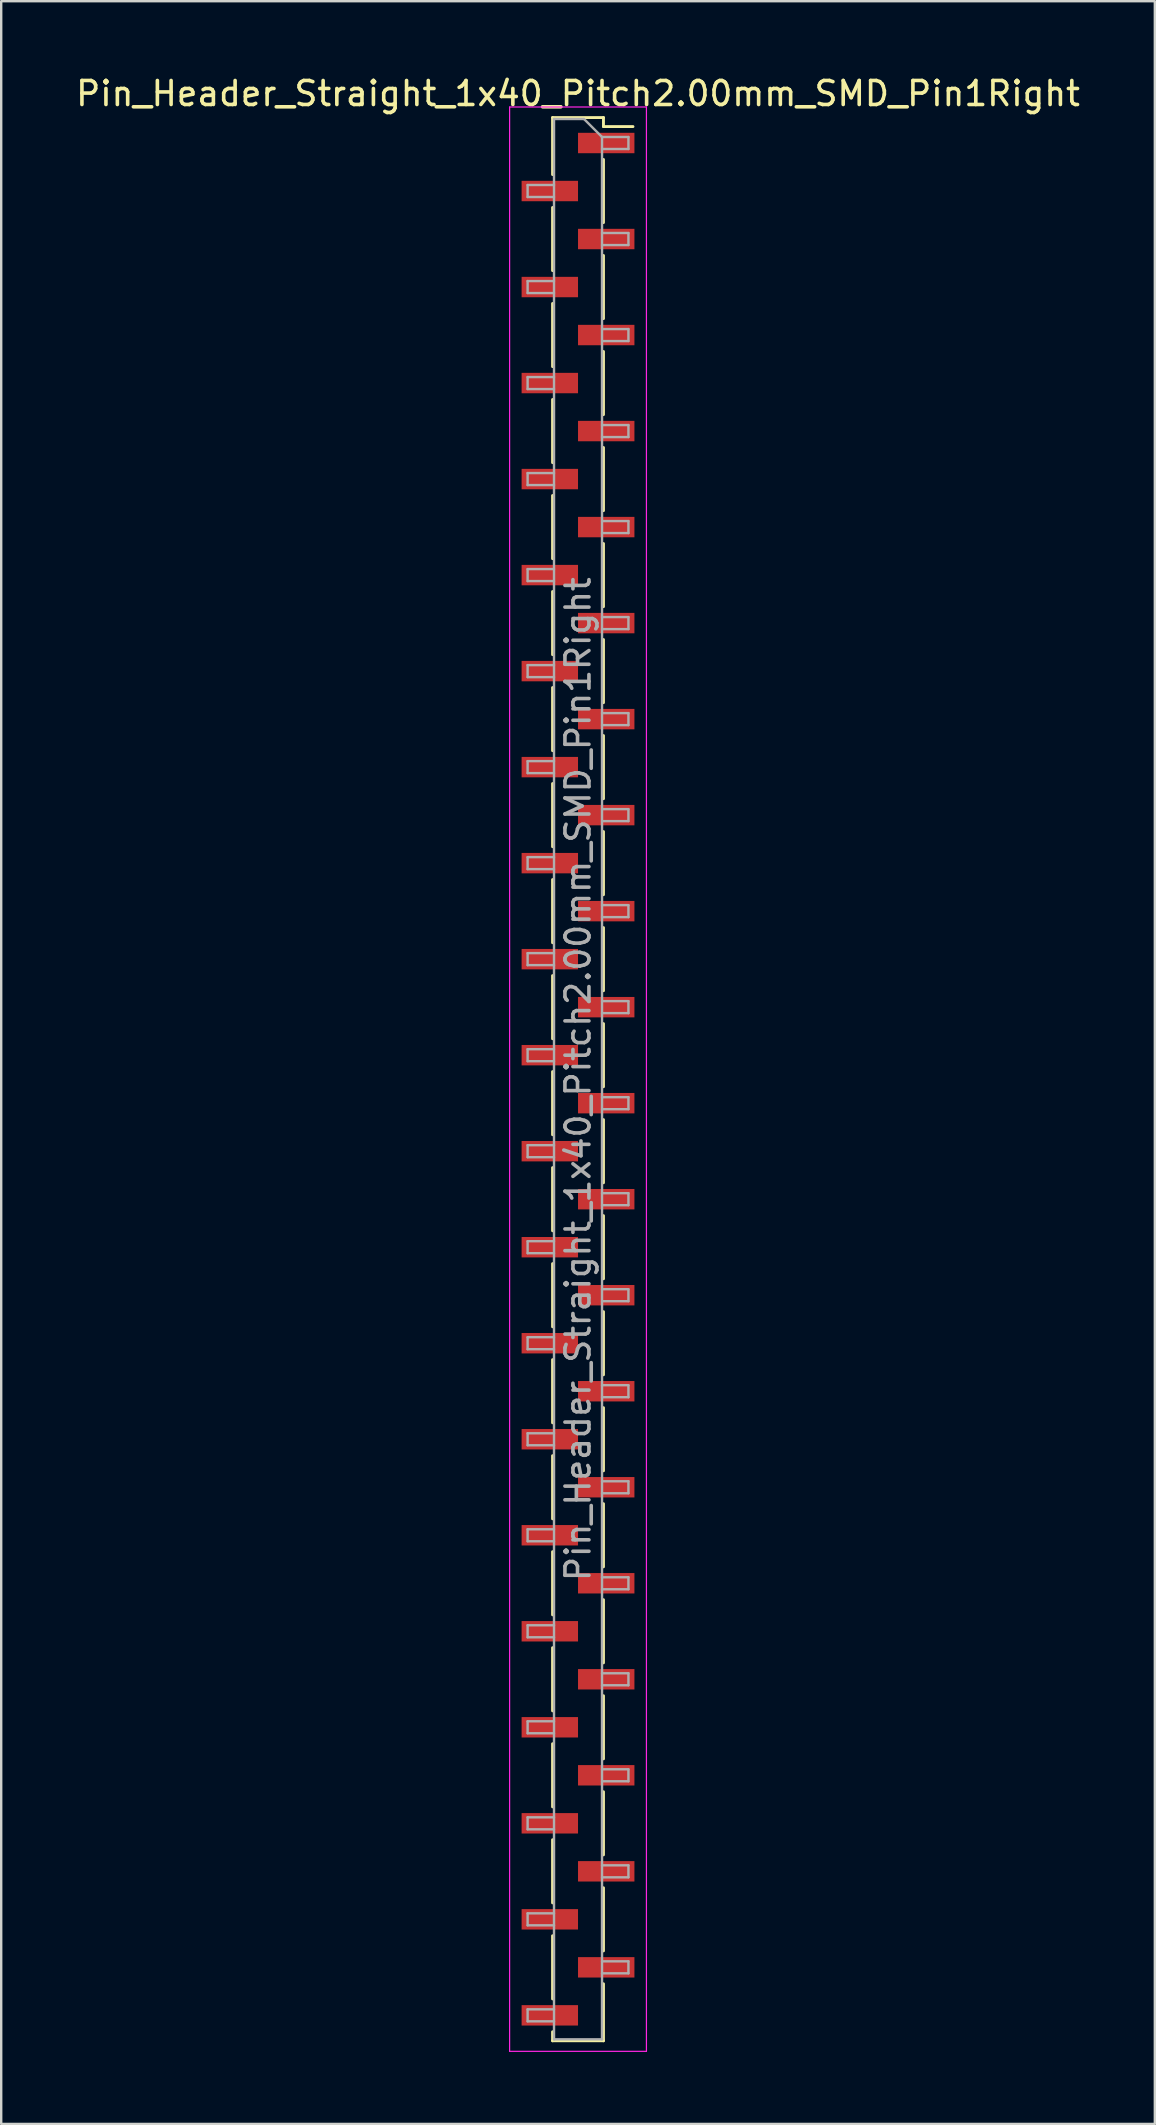
<source format=kicad_pcb>
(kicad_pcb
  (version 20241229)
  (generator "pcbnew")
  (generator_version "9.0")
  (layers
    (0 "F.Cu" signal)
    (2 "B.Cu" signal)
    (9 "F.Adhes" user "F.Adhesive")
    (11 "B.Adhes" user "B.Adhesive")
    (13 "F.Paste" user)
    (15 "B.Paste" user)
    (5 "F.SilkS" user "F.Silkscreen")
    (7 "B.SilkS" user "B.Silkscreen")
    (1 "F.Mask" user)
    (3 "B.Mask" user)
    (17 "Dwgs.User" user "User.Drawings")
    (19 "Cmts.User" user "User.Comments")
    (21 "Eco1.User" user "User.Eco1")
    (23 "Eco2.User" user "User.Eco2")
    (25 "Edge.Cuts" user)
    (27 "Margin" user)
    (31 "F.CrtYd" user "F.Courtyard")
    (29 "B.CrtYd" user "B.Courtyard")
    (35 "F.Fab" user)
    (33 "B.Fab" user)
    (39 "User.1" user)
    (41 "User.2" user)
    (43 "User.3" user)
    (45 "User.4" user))
  (footprint "Pin_Header_Straight_1x40_Pitch2.00mm_SMD_Pin1Right"
    (layer "F.Cu")
    (at 21.03 41.908)
    (property "Reference" "Pin_Header_Straight_1x40_Pitch2.00mm_SMD_Pin1Right" (at 0 -41.06 0) (layer "F.SilkS") (effects (font (size 1 1) (thickness 0.15))))
    (attr smd)
    (fp_line (start -1.06 -40.06) (end -1.06 -37.685) (stroke (width 0.12) (type solid)) (layer "F.SilkS"))
    (fp_line (start -1.06 -40.06) (end 1.06 -40.06) (stroke (width 0.12) (type solid)) (layer "F.SilkS"))
    (fp_line (start -1.06 -36.315) (end -1.06 -33.685) (stroke (width 0.12) (type solid)) (layer "F.SilkS"))
    (fp_line (start -1.06 -32.315) (end -1.06 -29.685) (stroke (width 0.12) (type solid)) (layer "F.SilkS"))
    (fp_line (start -1.06 -28.315) (end -1.06 -25.685) (stroke (width 0.12) (type solid)) (layer "F.SilkS"))
    (fp_line (start -1.06 -24.315) (end -1.06 -21.685) (stroke (width 0.12) (type solid)) (layer "F.SilkS"))
    (fp_line (start -1.06 -20.315) (end -1.06 -17.685) (stroke (width 0.12) (type solid)) (layer "F.SilkS"))
    (fp_line (start -1.06 -16.315) (end -1.06 -13.685) (stroke (width 0.12) (type solid)) (layer "F.SilkS"))
    (fp_line (start -1.06 -12.315) (end -1.06 -9.685) (stroke (width 0.12) (type solid)) (layer "F.SilkS"))
    (fp_line (start -1.06 -8.315) (end -1.06 -5.685) (stroke (width 0.12) (type solid)) (layer "F.SilkS"))
    (fp_line (start -1.06 -4.315) (end -1.06 -1.685) (stroke (width 0.12) (type solid)) (layer "F.SilkS"))
    (fp_line (start -1.06 -0.315) (end -1.06 2.315) (stroke (width 0.12) (type solid)) (layer "F.SilkS"))
    (fp_line (start -1.06 3.685) (end -1.06 6.315) (stroke (width 0.12) (type solid)) (layer "F.SilkS"))
    (fp_line (start -1.06 7.685) (end -1.06 10.315) (stroke (width 0.12) (type solid)) (layer "F.SilkS"))
    (fp_line (start -1.06 11.685) (end -1.06 14.315) (stroke (width 0.12) (type solid)) (layer "F.SilkS"))
    (fp_line (start -1.06 15.685) (end -1.06 18.315) (stroke (width 0.12) (type solid)) (layer "F.SilkS"))
    (fp_line (start -1.06 19.685) (end -1.06 22.315) (stroke (width 0.12) (type solid)) (layer "F.SilkS"))
    (fp_line (start -1.06 23.685) (end -1.06 26.315) (stroke (width 0.12) (type solid)) (layer "F.SilkS"))
    (fp_line (start -1.06 27.685) (end -1.06 30.315) (stroke (width 0.12) (type solid)) (layer "F.SilkS"))
    (fp_line (start -1.06 31.685) (end -1.06 34.315) (stroke (width 0.12) (type solid)) (layer "F.SilkS"))
    (fp_line (start -1.06 35.685) (end -1.06 38.315) (stroke (width 0.12) (type solid)) (layer "F.SilkS"))
    (fp_line (start -1.06 39.685) (end -1.06 40.06) (stroke (width 0.12) (type solid)) (layer "F.SilkS"))
    (fp_line (start -1.06 40.06) (end 1.06 40.06) (stroke (width 0.12) (type solid)) (layer "F.SilkS"))
    (fp_line (start 1.06 -40.06) (end 1.06 -39.685) (stroke (width 0.12) (type solid)) (layer "F.SilkS"))
    (fp_line (start 1.06 -39.685) (end 2.29 -39.685) (stroke (width 0.12) (type solid)) (layer "F.SilkS"))
    (fp_line (start 1.06 -38.315) (end 1.06 -35.685) (stroke (width 0.12) (type solid)) (layer "F.SilkS"))
    (fp_line (start 1.06 -34.315) (end 1.06 -31.685) (stroke (width 0.12) (type solid)) (layer "F.SilkS"))
    (fp_line (start 1.06 -30.315) (end 1.06 -27.685) (stroke (width 0.12) (type solid)) (layer "F.SilkS"))
    (fp_line (start 1.06 -26.315) (end 1.06 -23.685) (stroke (width 0.12) (type solid)) (layer "F.SilkS"))
    (fp_line (start 1.06 -22.315) (end 1.06 -19.685) (stroke (width 0.12) (type solid)) (layer "F.SilkS"))
    (fp_line (start 1.06 -18.315) (end 1.06 -15.685) (stroke (width 0.12) (type solid)) (layer "F.SilkS"))
    (fp_line (start 1.06 -14.315) (end 1.06 -11.685) (stroke (width 0.12) (type solid)) (layer "F.SilkS"))
    (fp_line (start 1.06 -10.315) (end 1.06 -7.685) (stroke (width 0.12) (type solid)) (layer "F.SilkS"))
    (fp_line (start 1.06 -6.315) (end 1.06 -3.685) (stroke (width 0.12) (type solid)) (layer "F.SilkS"))
    (fp_line (start 1.06 -2.315) (end 1.06 0.315) (stroke (width 0.12) (type solid)) (layer "F.SilkS"))
    (fp_line (start 1.06 1.685) (end 1.06 4.315) (stroke (width 0.12) (type solid)) (layer "F.SilkS"))
    (fp_line (start 1.06 5.685) (end 1.06 8.315) (stroke (width 0.12) (type solid)) (layer "F.SilkS"))
    (fp_line (start 1.06 9.685) (end 1.06 12.315) (stroke (width 0.12) (type solid)) (layer "F.SilkS"))
    (fp_line (start 1.06 13.685) (end 1.06 16.315) (stroke (width 0.12) (type solid)) (layer "F.SilkS"))
    (fp_line (start 1.06 17.685) (end 1.06 20.315) (stroke (width 0.12) (type solid)) (layer "F.SilkS"))
    (fp_line (start 1.06 21.685) (end 1.06 24.315) (stroke (width 0.12) (type solid)) (layer "F.SilkS"))
    (fp_line (start 1.06 25.685) (end 1.06 28.315) (stroke (width 0.12) (type solid)) (layer "F.SilkS"))
    (fp_line (start 1.06 29.685) (end 1.06 32.315) (stroke (width 0.12) (type solid)) (layer "F.SilkS"))
    (fp_line (start 1.06 33.685) (end 1.06 36.315) (stroke (width 0.12) (type solid)) (layer "F.SilkS"))
    (fp_line (start 1.06 37.685) (end 1.06 40.06) (stroke (width 0.12) (type solid)) (layer "F.SilkS"))
    (fp_line (start -2.85 -40.5) (end -2.85 40.5) (stroke (width 0.05) (type solid)) (layer "F.CrtYd"))
    (fp_line (start -2.85 40.5) (end 2.85 40.5) (stroke (width 0.05) (type solid)) (layer "F.CrtYd"))
    (fp_line (start 2.85 -40.5) (end -2.85 -40.5) (stroke (width 0.05) (type solid)) (layer "F.CrtYd"))
    (fp_line (start 2.85 40.5) (end 2.85 -40.5) (stroke (width 0.05) (type solid)) (layer "F.CrtYd"))
    (fp_line (start -2.1 -37.25) (end -2.1 -36.75) (stroke (width 0.1) (type solid)) (layer "F.Fab"))
    (fp_line (start -2.1 -36.75) (end -1 -36.75) (stroke (width 0.1) (type solid)) (layer "F.Fab"))
    (fp_line (start -2.1 -33.25) (end -2.1 -32.75) (stroke (width 0.1) (type solid)) (layer "F.Fab"))
    (fp_line (start -2.1 -32.75) (end -1 -32.75) (stroke (width 0.1) (type solid)) (layer "F.Fab"))
    (fp_line (start -2.1 -29.25) (end -2.1 -28.75) (stroke (width 0.1) (type solid)) (layer "F.Fab"))
    (fp_line (start -2.1 -28.75) (end -1 -28.75) (stroke (width 0.1) (type solid)) (layer "F.Fab"))
    (fp_line (start -2.1 -25.25) (end -2.1 -24.75) (stroke (width 0.1) (type solid)) (layer "F.Fab"))
    (fp_line (start -2.1 -24.75) (end -1 -24.75) (stroke (width 0.1) (type solid)) (layer "F.Fab"))
    (fp_line (start -2.1 -21.25) (end -2.1 -20.75) (stroke (width 0.1) (type solid)) (layer "F.Fab"))
    (fp_line (start -2.1 -20.75) (end -1 -20.75) (stroke (width 0.1) (type solid)) (layer "F.Fab"))
    (fp_line (start -2.1 -17.25) (end -2.1 -16.75) (stroke (width 0.1) (type solid)) (layer "F.Fab"))
    (fp_line (start -2.1 -16.75) (end -1 -16.75) (stroke (width 0.1) (type solid)) (layer "F.Fab"))
    (fp_line (start -2.1 -13.25) (end -2.1 -12.75) (stroke (width 0.1) (type solid)) (layer "F.Fab"))
    (fp_line (start -2.1 -12.75) (end -1 -12.75) (stroke (width 0.1) (type solid)) (layer "F.Fab"))
    (fp_line (start -2.1 -9.25) (end -2.1 -8.75) (stroke (width 0.1) (type solid)) (layer "F.Fab"))
    (fp_line (start -2.1 -8.75) (end -1 -8.75) (stroke (width 0.1) (type solid)) (layer "F.Fab"))
    (fp_line (start -2.1 -5.25) (end -2.1 -4.75) (stroke (width 0.1) (type solid)) (layer "F.Fab"))
    (fp_line (start -2.1 -4.75) (end -1 -4.75) (stroke (width 0.1) (type solid)) (layer "F.Fab"))
    (fp_line (start -2.1 -1.25) (end -2.1 -0.75) (stroke (width 0.1) (type solid)) (layer "F.Fab"))
    (fp_line (start -2.1 -0.75) (end -1 -0.75) (stroke (width 0.1) (type solid)) (layer "F.Fab"))
    (fp_line (start -2.1 2.75) (end -2.1 3.25) (stroke (width 0.1) (type solid)) (layer "F.Fab"))
    (fp_line (start -2.1 3.25) (end -1 3.25) (stroke (width 0.1) (type solid)) (layer "F.Fab"))
    (fp_line (start -2.1 6.75) (end -2.1 7.25) (stroke (width 0.1) (type solid)) (layer "F.Fab"))
    (fp_line (start -2.1 7.25) (end -1 7.25) (stroke (width 0.1) (type solid)) (layer "F.Fab"))
    (fp_line (start -2.1 10.75) (end -2.1 11.25) (stroke (width 0.1) (type solid)) (layer "F.Fab"))
    (fp_line (start -2.1 11.25) (end -1 11.25) (stroke (width 0.1) (type solid)) (layer "F.Fab"))
    (fp_line (start -2.1 14.75) (end -2.1 15.25) (stroke (width 0.1) (type solid)) (layer "F.Fab"))
    (fp_line (start -2.1 15.25) (end -1 15.25) (stroke (width 0.1) (type solid)) (layer "F.Fab"))
    (fp_line (start -2.1 18.75) (end -2.1 19.25) (stroke (width 0.1) (type solid)) (layer "F.Fab"))
    (fp_line (start -2.1 19.25) (end -1 19.25) (stroke (width 0.1) (type solid)) (layer "F.Fab"))
    (fp_line (start -2.1 22.75) (end -2.1 23.25) (stroke (width 0.1) (type solid)) (layer "F.Fab"))
    (fp_line (start -2.1 23.25) (end -1 23.25) (stroke (width 0.1) (type solid)) (layer "F.Fab"))
    (fp_line (start -2.1 26.75) (end -2.1 27.25) (stroke (width 0.1) (type solid)) (layer "F.Fab"))
    (fp_line (start -2.1 27.25) (end -1 27.25) (stroke (width 0.1) (type solid)) (layer "F.Fab"))
    (fp_line (start -2.1 30.75) (end -2.1 31.25) (stroke (width 0.1) (type solid)) (layer "F.Fab"))
    (fp_line (start -2.1 31.25) (end -1 31.25) (stroke (width 0.1) (type solid)) (layer "F.Fab"))
    (fp_line (start -2.1 34.75) (end -2.1 35.25) (stroke (width 0.1) (type solid)) (layer "F.Fab"))
    (fp_line (start -2.1 35.25) (end -1 35.25) (stroke (width 0.1) (type solid)) (layer "F.Fab"))
    (fp_line (start -2.1 38.75) (end -2.1 39.25) (stroke (width 0.1) (type solid)) (layer "F.Fab"))
    (fp_line (start -2.1 39.25) (end -1 39.25) (stroke (width 0.1) (type solid)) (layer "F.Fab"))
    (fp_line (start -1 -40) (end -1 40) (stroke (width 0.1) (type solid)) (layer "F.Fab"))
    (fp_line (start -1 -40) (end 0.25 -40) (stroke (width 0.1) (type solid)) (layer "F.Fab"))
    (fp_line (start -1 -37.25) (end -2.1 -37.25) (stroke (width 0.1) (type solid)) (layer "F.Fab"))
    (fp_line (start -1 -33.25) (end -2.1 -33.25) (stroke (width 0.1) (type solid)) (layer "F.Fab"))
    (fp_line (start -1 -29.25) (end -2.1 -29.25) (stroke (width 0.1) (type solid)) (layer "F.Fab"))
    (fp_line (start -1 -25.25) (end -2.1 -25.25) (stroke (width 0.1) (type solid)) (layer "F.Fab"))
    (fp_line (start -1 -21.25) (end -2.1 -21.25) (stroke (width 0.1) (type solid)) (layer "F.Fab"))
    (fp_line (start -1 -17.25) (end -2.1 -17.25) (stroke (width 0.1) (type solid)) (layer "F.Fab"))
    (fp_line (start -1 -13.25) (end -2.1 -13.25) (stroke (width 0.1) (type solid)) (layer "F.Fab"))
    (fp_line (start -1 -9.25) (end -2.1 -9.25) (stroke (width 0.1) (type solid)) (layer "F.Fab"))
    (fp_line (start -1 -5.25) (end -2.1 -5.25) (stroke (width 0.1) (type solid)) (layer "F.Fab"))
    (fp_line (start -1 -1.25) (end -2.1 -1.25) (stroke (width 0.1) (type solid)) (layer "F.Fab"))
    (fp_line (start -1 2.75) (end -2.1 2.75) (stroke (width 0.1) (type solid)) (layer "F.Fab"))
    (fp_line (start -1 6.75) (end -2.1 6.75) (stroke (width 0.1) (type solid)) (layer "F.Fab"))
    (fp_line (start -1 10.75) (end -2.1 10.75) (stroke (width 0.1) (type solid)) (layer "F.Fab"))
    (fp_line (start -1 14.75) (end -2.1 14.75) (stroke (width 0.1) (type solid)) (layer "F.Fab"))
    (fp_line (start -1 18.75) (end -2.1 18.75) (stroke (width 0.1) (type solid)) (layer "F.Fab"))
    (fp_line (start -1 22.75) (end -2.1 22.75) (stroke (width 0.1) (type solid)) (layer "F.Fab"))
    (fp_line (start -1 26.75) (end -2.1 26.75) (stroke (width 0.1) (type solid)) (layer "F.Fab"))
    (fp_line (start -1 30.75) (end -2.1 30.75) (stroke (width 0.1) (type solid)) (layer "F.Fab"))
    (fp_line (start -1 34.75) (end -2.1 34.75) (stroke (width 0.1) (type solid)) (layer "F.Fab"))
    (fp_line (start -1 38.75) (end -2.1 38.75) (stroke (width 0.1) (type solid)) (layer "F.Fab"))
    (fp_line (start 1 -39.25) (end 0.25 -40) (stroke (width 0.1) (type solid)) (layer "F.Fab"))
    (fp_line (start 1 -39.25) (end 2.1 -39.25) (stroke (width 0.1) (type solid)) (layer "F.Fab"))
    (fp_line (start 1 -35.25) (end 2.1 -35.25) (stroke (width 0.1) (type solid)) (layer "F.Fab"))
    (fp_line (start 1 -31.25) (end 2.1 -31.25) (stroke (width 0.1) (type solid)) (layer "F.Fab"))
    (fp_line (start 1 -27.25) (end 2.1 -27.25) (stroke (width 0.1) (type solid)) (layer "F.Fab"))
    (fp_line (start 1 -23.25) (end 2.1 -23.25) (stroke (width 0.1) (type solid)) (layer "F.Fab"))
    (fp_line (start 1 -19.25) (end 2.1 -19.25) (stroke (width 0.1) (type solid)) (layer "F.Fab"))
    (fp_line (start 1 -15.25) (end 2.1 -15.25) (stroke (width 0.1) (type solid)) (layer "F.Fab"))
    (fp_line (start 1 -11.25) (end 2.1 -11.25) (stroke (width 0.1) (type solid)) (layer "F.Fab"))
    (fp_line (start 1 -7.25) (end 2.1 -7.25) (stroke (width 0.1) (type solid)) (layer "F.Fab"))
    (fp_line (start 1 -3.25) (end 2.1 -3.25) (stroke (width 0.1) (type solid)) (layer "F.Fab"))
    (fp_line (start 1 0.75) (end 2.1 0.75) (stroke (width 0.1) (type solid)) (layer "F.Fab"))
    (fp_line (start 1 4.75) (end 2.1 4.75) (stroke (width 0.1) (type solid)) (layer "F.Fab"))
    (fp_line (start 1 8.75) (end 2.1 8.75) (stroke (width 0.1) (type solid)) (layer "F.Fab"))
    (fp_line (start 1 12.75) (end 2.1 12.75) (stroke (width 0.1) (type solid)) (layer "F.Fab"))
    (fp_line (start 1 16.75) (end 2.1 16.75) (stroke (width 0.1) (type solid)) (layer "F.Fab"))
    (fp_line (start 1 20.75) (end 2.1 20.75) (stroke (width 0.1) (type solid)) (layer "F.Fab"))
    (fp_line (start 1 24.75) (end 2.1 24.75) (stroke (width 0.1) (type solid)) (layer "F.Fab"))
    (fp_line (start 1 28.75) (end 2.1 28.75) (stroke (width 0.1) (type solid)) (layer "F.Fab"))
    (fp_line (start 1 32.75) (end 2.1 32.75) (stroke (width 0.1) (type solid)) (layer "F.Fab"))
    (fp_line (start 1 36.75) (end 2.1 36.75) (stroke (width 0.1) (type solid)) (layer "F.Fab"))
    (fp_line (start 1 40) (end -1 40) (stroke (width 0.1) (type solid)) (layer "F.Fab"))
    (fp_line (start 1 40) (end 1 -39.25) (stroke (width 0.1) (type solid)) (layer "F.Fab"))
    (fp_line (start 2.1 -39.25) (end 2.1 -38.75) (stroke (width 0.1) (type solid)) (layer "F.Fab"))
    (fp_line (start 2.1 -38.75) (end 1 -38.75) (stroke (width 0.1) (type solid)) (layer "F.Fab"))
    (fp_line (start 2.1 -35.25) (end 2.1 -34.75) (stroke (width 0.1) (type solid)) (layer "F.Fab"))
    (fp_line (start 2.1 -34.75) (end 1 -34.75) (stroke (width 0.1) (type solid)) (layer "F.Fab"))
    (fp_line (start 2.1 -31.25) (end 2.1 -30.75) (stroke (width 0.1) (type solid)) (layer "F.Fab"))
    (fp_line (start 2.1 -30.75) (end 1 -30.75) (stroke (width 0.1) (type solid)) (layer "F.Fab"))
    (fp_line (start 2.1 -27.25) (end 2.1 -26.75) (stroke (width 0.1) (type solid)) (layer "F.Fab"))
    (fp_line (start 2.1 -26.75) (end 1 -26.75) (stroke (width 0.1) (type solid)) (layer "F.Fab"))
    (fp_line (start 2.1 -23.25) (end 2.1 -22.75) (stroke (width 0.1) (type solid)) (layer "F.Fab"))
    (fp_line (start 2.1 -22.75) (end 1 -22.75) (stroke (width 0.1) (type solid)) (layer "F.Fab"))
    (fp_line (start 2.1 -19.25) (end 2.1 -18.75) (stroke (width 0.1) (type solid)) (layer "F.Fab"))
    (fp_line (start 2.1 -18.75) (end 1 -18.75) (stroke (width 0.1) (type solid)) (layer "F.Fab"))
    (fp_line (start 2.1 -15.25) (end 2.1 -14.75) (stroke (width 0.1) (type solid)) (layer "F.Fab"))
    (fp_line (start 2.1 -14.75) (end 1 -14.75) (stroke (width 0.1) (type solid)) (layer "F.Fab"))
    (fp_line (start 2.1 -11.25) (end 2.1 -10.75) (stroke (width 0.1) (type solid)) (layer "F.Fab"))
    (fp_line (start 2.1 -10.75) (end 1 -10.75) (stroke (width 0.1) (type solid)) (layer "F.Fab"))
    (fp_line (start 2.1 -7.25) (end 2.1 -6.75) (stroke (width 0.1) (type solid)) (layer "F.Fab"))
    (fp_line (start 2.1 -6.75) (end 1 -6.75) (stroke (width 0.1) (type solid)) (layer "F.Fab"))
    (fp_line (start 2.1 -3.25) (end 2.1 -2.75) (stroke (width 0.1) (type solid)) (layer "F.Fab"))
    (fp_line (start 2.1 -2.75) (end 1 -2.75) (stroke (width 0.1) (type solid)) (layer "F.Fab"))
    (fp_line (start 2.1 0.75) (end 2.1 1.25) (stroke (width 0.1) (type solid)) (layer "F.Fab"))
    (fp_line (start 2.1 1.25) (end 1 1.25) (stroke (width 0.1) (type solid)) (layer "F.Fab"))
    (fp_line (start 2.1 4.75) (end 2.1 5.25) (stroke (width 0.1) (type solid)) (layer "F.Fab"))
    (fp_line (start 2.1 5.25) (end 1 5.25) (stroke (width 0.1) (type solid)) (layer "F.Fab"))
    (fp_line (start 2.1 8.75) (end 2.1 9.25) (stroke (width 0.1) (type solid)) (layer "F.Fab"))
    (fp_line (start 2.1 9.25) (end 1 9.25) (stroke (width 0.1) (type solid)) (layer "F.Fab"))
    (fp_line (start 2.1 12.75) (end 2.1 13.25) (stroke (width 0.1) (type solid)) (layer "F.Fab"))
    (fp_line (start 2.1 13.25) (end 1 13.25) (stroke (width 0.1) (type solid)) (layer "F.Fab"))
    (fp_line (start 2.1 16.75) (end 2.1 17.25) (stroke (width 0.1) (type solid)) (layer "F.Fab"))
    (fp_line (start 2.1 17.25) (end 1 17.25) (stroke (width 0.1) (type solid)) (layer "F.Fab"))
    (fp_line (start 2.1 20.75) (end 2.1 21.25) (stroke (width 0.1) (type solid)) (layer "F.Fab"))
    (fp_line (start 2.1 21.25) (end 1 21.25) (stroke (width 0.1) (type solid)) (layer "F.Fab"))
    (fp_line (start 2.1 24.75) (end 2.1 25.25) (stroke (width 0.1) (type solid)) (layer "F.Fab"))
    (fp_line (start 2.1 25.25) (end 1 25.25) (stroke (width 0.1) (type solid)) (layer "F.Fab"))
    (fp_line (start 2.1 28.75) (end 2.1 29.25) (stroke (width 0.1) (type solid)) (layer "F.Fab"))
    (fp_line (start 2.1 29.25) (end 1 29.25) (stroke (width 0.1) (type solid)) (layer "F.Fab"))
    (fp_line (start 2.1 32.75) (end 2.1 33.25) (stroke (width 0.1) (type solid)) (layer "F.Fab"))
    (fp_line (start 2.1 33.25) (end 1 33.25) (stroke (width 0.1) (type solid)) (layer "F.Fab"))
    (fp_line (start 2.1 36.75) (end 2.1 37.25) (stroke (width 0.1) (type solid)) (layer "F.Fab"))
    (fp_line (start 2.1 37.25) (end 1 37.25) (stroke (width 0.1) (type solid)) (layer "F.Fab"))
    (fp_text user "${REFERENCE}" (at 0 0 90) (layer "F.Fab") (effects (font (size 1 1) (thickness 0.15))))
    (pad "1" smd rect (at 1.175 -39) (size 2.35 0.85) (layers "F.Cu" "F.Mask" "F.Paste"))
    (pad "2" smd rect (at -1.175 -37) (size 2.35 0.85) (layers "F.Cu" "F.Mask" "F.Paste"))
    (pad "3" smd rect (at 1.175 -35) (size 2.35 0.85) (layers "F.Cu" "F.Mask" "F.Paste"))
    (pad "4" smd rect (at -1.175 -33) (size 2.35 0.85) (layers "F.Cu" "F.Mask" "F.Paste"))
    (pad "5" smd rect (at 1.175 -31) (size 2.35 0.85) (layers "F.Cu" "F.Mask" "F.Paste"))
    (pad "6" smd rect (at -1.175 -29) (size 2.35 0.85) (layers "F.Cu" "F.Mask" "F.Paste"))
    (pad "7" smd rect (at 1.175 -27) (size 2.35 0.85) (layers "F.Cu" "F.Mask" "F.Paste"))
    (pad "8" smd rect (at -1.175 -25) (size 2.35 0.85) (layers "F.Cu" "F.Mask" "F.Paste"))
    (pad "9" smd rect (at 1.175 -23) (size 2.35 0.85) (layers "F.Cu" "F.Mask" "F.Paste"))
    (pad "10" smd rect (at -1.175 -21) (size 2.35 0.85) (layers "F.Cu" "F.Mask" "F.Paste"))
    (pad "11" smd rect (at 1.175 -19) (size 2.35 0.85) (layers "F.Cu" "F.Mask" "F.Paste"))
    (pad "12" smd rect (at -1.175 -17) (size 2.35 0.85) (layers "F.Cu" "F.Mask" "F.Paste"))
    (pad "13" smd rect (at 1.175 -15) (size 2.35 0.85) (layers "F.Cu" "F.Mask" "F.Paste"))
    (pad "14" smd rect (at -1.175 -13) (size 2.35 0.85) (layers "F.Cu" "F.Mask" "F.Paste"))
    (pad "15" smd rect (at 1.175 -11) (size 2.35 0.85) (layers "F.Cu" "F.Mask" "F.Paste"))
    (pad "16" smd rect (at -1.175 -9) (size 2.35 0.85) (layers "F.Cu" "F.Mask" "F.Paste"))
    (pad "17" smd rect (at 1.175 -7) (size 2.35 0.85) (layers "F.Cu" "F.Mask" "F.Paste"))
    (pad "18" smd rect (at -1.175 -5) (size 2.35 0.85) (layers "F.Cu" "F.Mask" "F.Paste"))
    (pad "19" smd rect (at 1.175 -3) (size 2.35 0.85) (layers "F.Cu" "F.Mask" "F.Paste"))
    (pad "20" smd rect (at -1.175 -1) (size 2.35 0.85) (layers "F.Cu" "F.Mask" "F.Paste"))
    (pad "21" smd rect (at 1.175 1) (size 2.35 0.85) (layers "F.Cu" "F.Mask" "F.Paste"))
    (pad "22" smd rect (at -1.175 3) (size 2.35 0.85) (layers "F.Cu" "F.Mask" "F.Paste"))
    (pad "23" smd rect (at 1.175 5) (size 2.35 0.85) (layers "F.Cu" "F.Mask" "F.Paste"))
    (pad "24" smd rect (at -1.175 7) (size 2.35 0.85) (layers "F.Cu" "F.Mask" "F.Paste"))
    (pad "25" smd rect (at 1.175 9) (size 2.35 0.85) (layers "F.Cu" "F.Mask" "F.Paste"))
    (pad "26" smd rect (at -1.175 11) (size 2.35 0.85) (layers "F.Cu" "F.Mask" "F.Paste"))
    (pad "27" smd rect (at 1.175 13) (size 2.35 0.85) (layers "F.Cu" "F.Mask" "F.Paste"))
    (pad "28" smd rect (at -1.175 15) (size 2.35 0.85) (layers "F.Cu" "F.Mask" "F.Paste"))
    (pad "29" smd rect (at 1.175 17) (size 2.35 0.85) (layers "F.Cu" "F.Mask" "F.Paste"))
    (pad "30" smd rect (at -1.175 19) (size 2.35 0.85) (layers "F.Cu" "F.Mask" "F.Paste"))
    (pad "31" smd rect (at 1.175 21) (size 2.35 0.85) (layers "F.Cu" "F.Mask" "F.Paste"))
    (pad "32" smd rect (at -1.175 23) (size 2.35 0.85) (layers "F.Cu" "F.Mask" "F.Paste"))
    (pad "33" smd rect (at 1.175 25) (size 2.35 0.85) (layers "F.Cu" "F.Mask" "F.Paste"))
    (pad "34" smd rect (at -1.175 27) (size 2.35 0.85) (layers "F.Cu" "F.Mask" "F.Paste"))
    (pad "35" smd rect (at 1.175 29) (size 2.35 0.85) (layers "F.Cu" "F.Mask" "F.Paste"))
    (pad "36" smd rect (at -1.175 31) (size 2.35 0.85) (layers "F.Cu" "F.Mask" "F.Paste"))
    (pad "37" smd rect (at 1.175 33) (size 2.35 0.85) (layers "F.Cu" "F.Mask" "F.Paste"))
    (pad "38" smd rect (at -1.175 35) (size 2.35 0.85) (layers "F.Cu" "F.Mask" "F.Paste"))
    (pad "39" smd rect (at 1.175 37) (size 2.35 0.85) (layers "F.Cu" "F.Mask" "F.Paste"))
    (pad "40" smd rect (at -1.175 39) (size 2.35 0.85) (layers "F.Cu" "F.Mask" "F.Paste")))
  (gr_rect
    (start -3 -3)
    (end 45.06 85.433)
    (stroke (width 0.1) (type default))
    (fill no)
    (layer "Edge.Cuts")))
</source>
